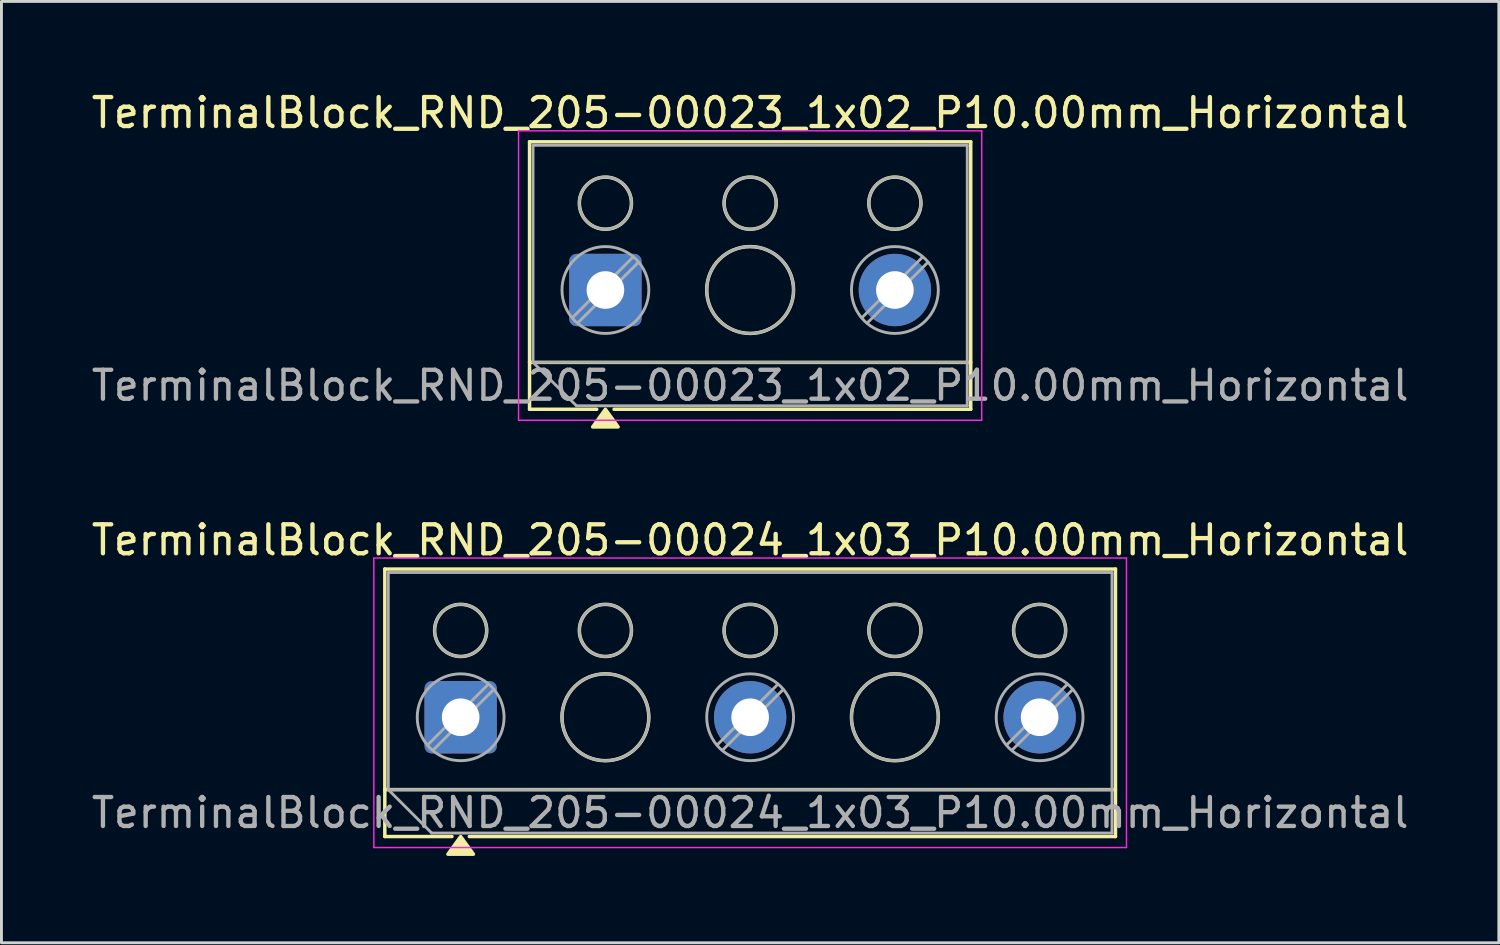
<source format=kicad_pcb>
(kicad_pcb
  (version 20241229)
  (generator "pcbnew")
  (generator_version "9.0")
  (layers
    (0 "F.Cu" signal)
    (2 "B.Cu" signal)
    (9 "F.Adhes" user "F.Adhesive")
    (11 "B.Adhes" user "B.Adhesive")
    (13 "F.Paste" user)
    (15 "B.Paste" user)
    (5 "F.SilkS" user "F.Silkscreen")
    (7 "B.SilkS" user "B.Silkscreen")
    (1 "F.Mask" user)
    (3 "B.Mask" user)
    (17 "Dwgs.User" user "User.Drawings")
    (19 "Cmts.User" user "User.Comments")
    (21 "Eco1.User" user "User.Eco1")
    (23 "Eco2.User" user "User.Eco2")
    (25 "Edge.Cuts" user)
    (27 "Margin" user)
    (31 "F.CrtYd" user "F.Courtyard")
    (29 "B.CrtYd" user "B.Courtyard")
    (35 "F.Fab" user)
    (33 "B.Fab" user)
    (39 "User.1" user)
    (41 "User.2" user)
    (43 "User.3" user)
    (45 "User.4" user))
  (footprint "TerminalBlock_RND_205-00023_1x02_P10.00mm_Horizontal"
    (layer "F.Cu")
    (at 17.863 6.968)
    (property "Reference" "TerminalBlock_RND_205-00023_1x02_P10.00mm_Horizontal" (at 5 -6.12 0) (layer "F.SilkS") (effects (font (size 1 1) (thickness 0.15))))
    (attr through_hole)
    (fp_line (start -2.62 -5.12) (end 12.62 -5.12) (stroke (width 0.12) (type solid)) (layer "F.SilkS"))
    (fp_line (start -2.62 2.5) (end 12.62 2.5) (stroke (width 0.12) (type solid)) (layer "F.SilkS"))
    (fp_line (start -2.62 4.12) (end -2.62 -5.12) (stroke (width 0.12) (type solid)) (layer "F.SilkS"))
    (fp_line (start -0.3 4.12) (end -2.62 4.12) (stroke (width 0.12) (type solid)) (layer "F.SilkS"))
    (fp_line (start 12.62 -5.12) (end 12.62 4.12) (stroke (width 0.12) (type solid)) (layer "F.SilkS"))
    (fp_line (start 12.62 4.12) (end 0.3 4.12) (stroke (width 0.12) (type solid)) (layer "F.SilkS"))
    (fp_circle (center 0 -3) (end 0.9 -3) (stroke (width 0.12) (type solid)) (fill no) (layer "F.SilkS"))
    (fp_circle (center 5 -3) (end 5.9 -3) (stroke (width 0.12) (type solid)) (fill no) (layer "F.SilkS"))
    (fp_circle (center 5 0) (end 6.5 0) (stroke (width 0.12) (type solid)) (fill no) (layer "F.SilkS"))
    (fp_circle (center 10 -3) (end 10.9 -3) (stroke (width 0.12) (type solid)) (fill no) (layer "F.SilkS"))
    (fp_poly (pts (xy 0 4.12) (xy 0.44 4.73) (xy -0.44 4.73)) (stroke (width 0.12) (type solid)) (fill yes) (layer "F.SilkS"))
    (fp_line (start -3 -5.5) (end -3 4.5) (stroke (width 0.05) (type solid)) (layer "F.CrtYd"))
    (fp_line (start -3 4.5) (end 13 4.5) (stroke (width 0.05) (type solid)) (layer "F.CrtYd"))
    (fp_line (start 13 -5.5) (end -3 -5.5) (stroke (width 0.05) (type solid)) (layer "F.CrtYd"))
    (fp_line (start 13 4.5) (end 13 -5.5) (stroke (width 0.05) (type solid)) (layer "F.CrtYd"))
    (fp_line (start -2.5 -5) (end 12.5 -5) (stroke (width 0.1) (type solid)) (layer "F.Fab"))
    (fp_line (start -2.5 2.5) (end -2.5 -5) (stroke (width 0.1) (type solid)) (layer "F.Fab"))
    (fp_line (start -2.5 2.5) (end 12.5 2.5) (stroke (width 0.1) (type solid)) (layer "F.Fab"))
    (fp_line (start -1 4) (end -2.5 2.5) (stroke (width 0.1) (type solid)) (layer "F.Fab"))
    (fp_line (start 0.955 -1.138) (end -1.138 0.955) (stroke (width 0.1) (type solid)) (layer "F.Fab"))
    (fp_line (start 1.138 -0.955) (end -0.955 1.138) (stroke (width 0.1) (type solid)) (layer "F.Fab"))
    (fp_line (start 10.955 -1.138) (end 8.862 0.955) (stroke (width 0.1) (type solid)) (layer "F.Fab"))
    (fp_line (start 11.138 -0.955) (end 9.045 1.138) (stroke (width 0.1) (type solid)) (layer "F.Fab"))
    (fp_line (start 12.5 -5) (end 12.5 4) (stroke (width 0.1) (type solid)) (layer "F.Fab"))
    (fp_line (start 12.5 4) (end -1 4) (stroke (width 0.1) (type solid)) (layer "F.Fab"))
    (fp_circle (center 0 -3) (end 0.9 -3) (stroke (width 0.1) (type solid)) (fill no) (layer "F.Fab"))
    (fp_circle (center 0 0) (end 1.5 0) (stroke (width 0.1) (type solid)) (fill no) (layer "F.Fab"))
    (fp_circle (center 5 -3) (end 5.9 -3) (stroke (width 0.1) (type solid)) (fill no) (layer "F.Fab"))
    (fp_circle (center 5 0) (end 6.5 0) (stroke (width 0.1) (type solid)) (fill no) (layer "F.Fab"))
    (fp_circle (center 10 -3) (end 10.9 -3) (stroke (width 0.1) (type solid)) (fill no) (layer "F.Fab"))
    (fp_circle (center 10 0) (end 11.5 0) (stroke (width 0.1) (type solid)) (fill no) (layer "F.Fab"))
    (fp_text user "${REFERENCE}" (at 5 3.3 0) (layer "F.Fab") (effects (font (size 1 1) (thickness 0.15))))
    (pad "1" thru_hole roundrect (at 0 0) (size 2.5 2.5) (drill 1.3) (layers "*.Cu" "*.Mask") (roundrect_rratio 0.1))
    (pad "2" thru_hole circle (at 10 0) (size 2.5 2.5) (drill 1.3) (layers "*.Cu" "*.Mask")))
  (footprint "TerminalBlock_RND_205-00024_1x03_P10.00mm_Horizontal"
    (layer "F.Cu")
    (at 12.863 21.727)
    (property "Reference" "TerminalBlock_RND_205-00024_1x03_P10.00mm_Horizontal" (at 10 -6.12 0) (layer "F.SilkS") (effects (font (size 1 1) (thickness 0.15))))
    (attr through_hole)
    (fp_line (start -2.62 -5.12) (end 22.62 -5.12) (stroke (width 0.12) (type solid)) (layer "F.SilkS"))
    (fp_line (start -2.62 2.5) (end 22.62 2.5) (stroke (width 0.12) (type solid)) (layer "F.SilkS"))
    (fp_line (start -2.62 4.12) (end -2.62 -5.12) (stroke (width 0.12) (type solid)) (layer "F.SilkS"))
    (fp_line (start -0.3 4.12) (end -2.62 4.12) (stroke (width 0.12) (type solid)) (layer "F.SilkS"))
    (fp_line (start 22.62 -5.12) (end 22.62 4.12) (stroke (width 0.12) (type solid)) (layer "F.SilkS"))
    (fp_line (start 22.62 4.12) (end 0.3 4.12) (stroke (width 0.12) (type solid)) (layer "F.SilkS"))
    (fp_circle (center 0 -3) (end 0.9 -3) (stroke (width 0.12) (type solid)) (fill no) (layer "F.SilkS"))
    (fp_circle (center 5 -3) (end 5.9 -3) (stroke (width 0.12) (type solid)) (fill no) (layer "F.SilkS"))
    (fp_circle (center 5 0) (end 6.5 0) (stroke (width 0.12) (type solid)) (fill no) (layer "F.SilkS"))
    (fp_circle (center 10 -3) (end 10.9 -3) (stroke (width 0.12) (type solid)) (fill no) (layer "F.SilkS"))
    (fp_circle (center 15 -3) (end 15.9 -3) (stroke (width 0.12) (type solid)) (fill no) (layer "F.SilkS"))
    (fp_circle (center 15 0) (end 16.5 0) (stroke (width 0.12) (type solid)) (fill no) (layer "F.SilkS"))
    (fp_circle (center 20 -3) (end 20.9 -3) (stroke (width 0.12) (type solid)) (fill no) (layer "F.SilkS"))
    (fp_poly (pts (xy 0 4.12) (xy 0.44 4.73) (xy -0.44 4.73)) (stroke (width 0.12) (type solid)) (fill yes) (layer "F.SilkS"))
    (fp_line (start -3 -5.5) (end -3 4.5) (stroke (width 0.05) (type solid)) (layer "F.CrtYd"))
    (fp_line (start -3 4.5) (end 23 4.5) (stroke (width 0.05) (type solid)) (layer "F.CrtYd"))
    (fp_line (start 23 -5.5) (end -3 -5.5) (stroke (width 0.05) (type solid)) (layer "F.CrtYd"))
    (fp_line (start 23 4.5) (end 23 -5.5) (stroke (width 0.05) (type solid)) (layer "F.CrtYd"))
    (fp_line (start -2.5 -5) (end 22.5 -5) (stroke (width 0.1) (type solid)) (layer "F.Fab"))
    (fp_line (start -2.5 2.5) (end -2.5 -5) (stroke (width 0.1) (type solid)) (layer "F.Fab"))
    (fp_line (start -2.5 2.5) (end 22.5 2.5) (stroke (width 0.1) (type solid)) (layer "F.Fab"))
    (fp_line (start -1 4) (end -2.5 2.5) (stroke (width 0.1) (type solid)) (layer "F.Fab"))
    (fp_line (start 0.955 -1.138) (end -1.138 0.955) (stroke (width 0.1) (type solid)) (layer "F.Fab"))
    (fp_line (start 1.138 -0.955) (end -0.955 1.138) (stroke (width 0.1) (type solid)) (layer "F.Fab"))
    (fp_line (start 10.955 -1.138) (end 8.862 0.955) (stroke (width 0.1) (type solid)) (layer "F.Fab"))
    (fp_line (start 11.138 -0.955) (end 9.045 1.138) (stroke (width 0.1) (type solid)) (layer "F.Fab"))
    (fp_line (start 20.955 -1.138) (end 18.862 0.955) (stroke (width 0.1) (type solid)) (layer "F.Fab"))
    (fp_line (start 21.138 -0.955) (end 19.045 1.138) (stroke (width 0.1) (type solid)) (layer "F.Fab"))
    (fp_line (start 22.5 -5) (end 22.5 4) (stroke (width 0.1) (type solid)) (layer "F.Fab"))
    (fp_line (start 22.5 4) (end -1 4) (stroke (width 0.1) (type solid)) (layer "F.Fab"))
    (fp_circle (center 0 -3) (end 0.9 -3) (stroke (width 0.1) (type solid)) (fill no) (layer "F.Fab"))
    (fp_circle (center 0 0) (end 1.5 0) (stroke (width 0.1) (type solid)) (fill no) (layer "F.Fab"))
    (fp_circle (center 5 -3) (end 5.9 -3) (stroke (width 0.1) (type solid)) (fill no) (layer "F.Fab"))
    (fp_circle (center 5 0) (end 6.5 0) (stroke (width 0.1) (type solid)) (fill no) (layer "F.Fab"))
    (fp_circle (center 10 -3) (end 10.9 -3) (stroke (width 0.1) (type solid)) (fill no) (layer "F.Fab"))
    (fp_circle (center 10 0) (end 11.5 0) (stroke (width 0.1) (type solid)) (fill no) (layer "F.Fab"))
    (fp_circle (center 15 -3) (end 15.9 -3) (stroke (width 0.1) (type solid)) (fill no) (layer "F.Fab"))
    (fp_circle (center 15 0) (end 16.5 0) (stroke (width 0.1) (type solid)) (fill no) (layer "F.Fab"))
    (fp_circle (center 20 -3) (end 20.9 -3) (stroke (width 0.1) (type solid)) (fill no) (layer "F.Fab"))
    (fp_circle (center 20 0) (end 21.5 0) (stroke (width 0.1) (type solid)) (fill no) (layer "F.Fab"))
    (fp_text user "${REFERENCE}" (at 10 3.3 0) (layer "F.Fab") (effects (font (size 1 1) (thickness 0.15))))
    (pad "1" thru_hole roundrect (at 0 0) (size 2.5 2.5) (drill 1.3) (layers "*.Cu" "*.Mask") (roundrect_rratio 0.1))
    (pad "2" thru_hole circle (at 10 0) (size 2.5 2.5) (drill 1.3) (layers "*.Cu" "*.Mask"))
    (pad "3" thru_hole circle (at 20 0) (size 2.5 2.5) (drill 1.3) (layers "*.Cu" "*.Mask")))
  (gr_rect
    (start -3 -3)
    (end 48.726 29.517)
    (stroke (width 0.1) (type default))
    (fill no)
    (layer "Edge.Cuts")))
</source>
